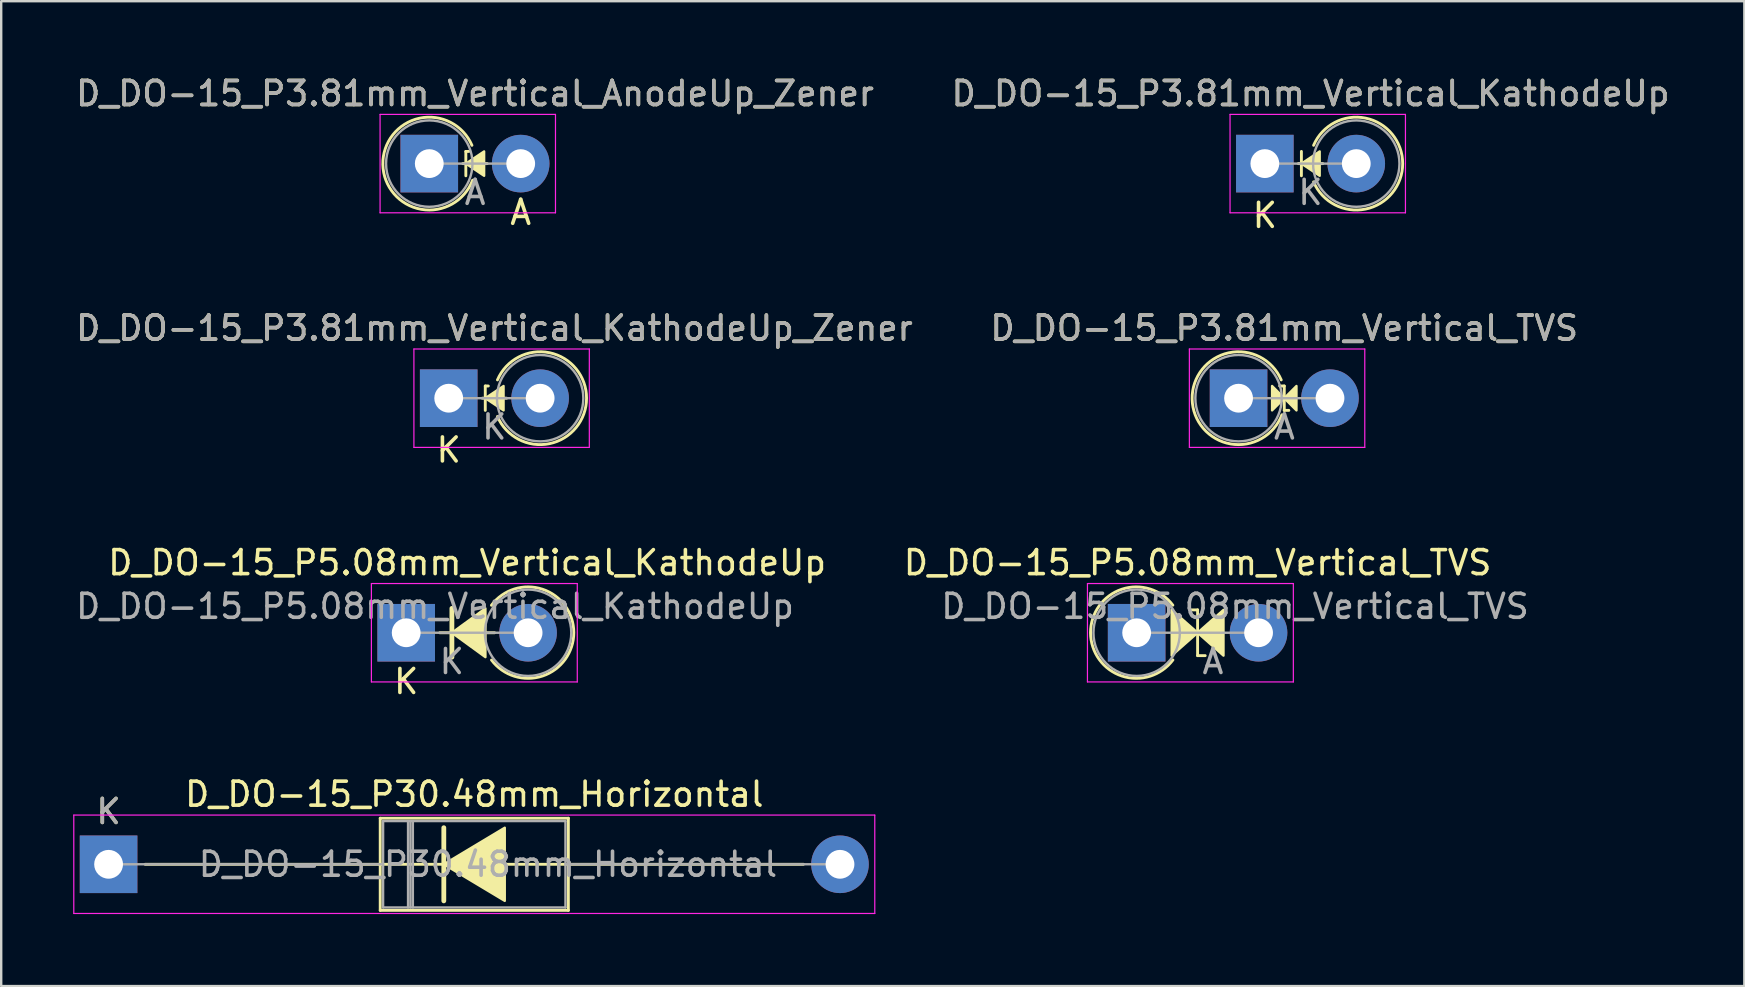
<source format=kicad_pcb>
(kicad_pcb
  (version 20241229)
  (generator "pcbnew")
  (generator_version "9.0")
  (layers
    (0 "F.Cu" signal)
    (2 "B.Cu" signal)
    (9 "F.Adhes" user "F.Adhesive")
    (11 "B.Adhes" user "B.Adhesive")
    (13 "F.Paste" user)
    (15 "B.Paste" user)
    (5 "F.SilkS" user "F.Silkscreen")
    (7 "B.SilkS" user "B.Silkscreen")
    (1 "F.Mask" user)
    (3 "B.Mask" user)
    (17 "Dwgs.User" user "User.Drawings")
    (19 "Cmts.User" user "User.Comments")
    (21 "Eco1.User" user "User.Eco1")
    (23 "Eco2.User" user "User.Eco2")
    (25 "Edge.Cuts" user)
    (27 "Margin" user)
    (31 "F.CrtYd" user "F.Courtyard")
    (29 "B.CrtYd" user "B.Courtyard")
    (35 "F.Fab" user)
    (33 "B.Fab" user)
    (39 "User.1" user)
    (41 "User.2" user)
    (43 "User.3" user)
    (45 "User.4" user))
  (footprint "D_DO-15_P3.81mm_Vertical_KathodeUp_Zener"
    (layer "F.Cu")
    (at 15.649 13.544)
    (property "Reference" "D_DO-15_P3.81mm_Vertical_KathodeUp_Zener" (at 1.905 -2.92 0) (layer "F.SilkS") (effects (font (size 1 1) (thickness 0.15))))
    (attr through_hole)
    (fp_line (start 1.397 0) (end 2.413 0) (stroke (width 0.12) (type solid)) (layer "F.SilkS"))
    (fp_line (start 1.524 -0.508) (end 1.651 -0.508) (stroke (width 0.12) (type solid)) (layer "F.SilkS"))
    (fp_line (start 1.524 0.508) (end 1.524 -0.508) (stroke (width 0.12) (type solid)) (layer "F.SilkS"))
    (fp_arc (start 2.032001 -0.762) (mid 5.744404 0.000002) (end 2.032 0.762) (stroke (width 0.12) (type solid)) (layer "F.SilkS"))
    (fp_poly (pts (xy 2.286 0.508) (xy 1.524 0) (xy 2.286 -0.508)) (stroke (width 0.1) (type solid)) (fill yes) (layer "F.SilkS"))
    (fp_line (start -1.45 -2.05) (end -1.45 2.05) (stroke (width 0.05) (type solid)) (layer "F.CrtYd"))
    (fp_line (start -1.45 2.05) (end 5.86 2.05) (stroke (width 0.05) (type solid)) (layer "F.CrtYd"))
    (fp_line (start 5.86 -2.05) (end -1.45 -2.05) (stroke (width 0.05) (type solid)) (layer "F.CrtYd"))
    (fp_line (start 5.86 2.05) (end 5.86 -2.05) (stroke (width 0.05) (type solid)) (layer "F.CrtYd"))
    (fp_line (start 0 0) (end 3.81 0) (stroke (width 0.1) (type solid)) (layer "F.Fab"))
    (fp_circle (center 3.81 0) (end 5.61 0) (stroke (width 0.1) (type solid)) (fill no) (layer "F.Fab"))
    (fp_text user "K" (at 0 2.159 0) (layer "F.SilkS") (effects (font (size 1 1) (thickness 0.15))))
    (fp_text user "K" (at 1.9 1.2 0) (layer "F.Fab") (effects (font (size 1 1) (thickness 0.15))))
    (fp_text user "${REFERENCE}" (at 1.905 -2.92 0) (layer "F.Fab") (effects (font (size 1 1) (thickness 0.15))))
    (pad "1" thru_hole rect (at 0 0) (size 2.4 2.4) (drill 1.2) (layers "*.Cu" "*.Mask"))
    (pad "2" thru_hole oval (at 3.81 0) (size 2.4 2.4) (drill 1.2) (layers "*.Cu" "*.Mask")))
  (footprint "D_DO-15_P5.08mm_Vertical_KathodeUp"
    (layer "F.Cu")
    (at 13.877 23.319)
    (property "Reference" "D_DO-15_P5.08mm_Vertical_KathodeUp" (at 2.54 -2.92 0) (layer "F.SilkS") (effects (font (size 1 1) (thickness 0.15))))
    (attr through_hole)
    (fp_line (start 1.397 0) (end 2.413 0) (stroke (width 0.12) (type solid)) (layer "F.SilkS"))
    (fp_line (start 1.905 -1.016) (end 1.905 1.016) (stroke (width 0.2) (type solid)) (layer "F.SilkS"))
    (fp_line (start 1.92 0) (end 3.683 0) (stroke (width 0.12) (type solid)) (layer "F.SilkS"))
    (fp_arc (start 3.553011 -1.144726) (mid 6.984999 -0.008217) (end 3.556 1.137278) (stroke (width 0.12) (type solid)) (layer "F.SilkS"))
    (fp_poly (pts (xy 3.302 1.016) (xy 1.905 0) (xy 3.302 -1.016)) (stroke (width 0.1) (type solid)) (fill yes) (layer "F.SilkS"))
    (fp_line (start -1.45 -2.05) (end -1.45 2.05) (stroke (width 0.05) (type solid)) (layer "F.CrtYd"))
    (fp_line (start -1.45 2.05) (end 7.13 2.05) (stroke (width 0.05) (type solid)) (layer "F.CrtYd"))
    (fp_line (start 7.13 -2.05) (end -1.45 -2.05) (stroke (width 0.05) (type solid)) (layer "F.CrtYd"))
    (fp_line (start 7.13 2.05) (end 7.13 -2.05) (stroke (width 0.05) (type solid)) (layer "F.CrtYd"))
    (fp_line (start 0 0) (end 5.08 0) (stroke (width 0.1) (type solid)) (layer "F.Fab"))
    (fp_circle (center 5.08 0) (end 6.88 0) (stroke (width 0.1) (type solid)) (fill no) (layer "F.Fab"))
    (fp_text user "K" (at 0 2.032 0) (layer "F.SilkS") (effects (font (size 1 1) (thickness 0.15))))
    (fp_text user "${REFERENCE}" (at 1.2 -1.1 0) (layer "F.Fab") (effects (font (size 1 1) (thickness 0.15))))
    (fp_text user "K" (at 1.9 1.2 0) (layer "F.Fab") (effects (font (size 1 1) (thickness 0.15))))
    (pad "1" thru_hole rect (at 0 0) (size 2.4 2.4) (drill 1.2) (layers "*.Cu" "*.Mask"))
    (pad "2" thru_hole oval (at 5.08 0) (size 2.4 2.4) (drill 1.2) (layers "*.Cu" "*.Mask")))
  (footprint "D_DO-15_P3.81mm_Vertical_KathodeUp"
    (layer "F.Cu")
    (at 49.66 3.768)
    (property "Reference" "D_DO-15_P3.81mm_Vertical_KathodeUp" (at 1.905 -2.92 0) (layer "F.SilkS") (effects (font (size 1 1) (thickness 0.15))))
    (attr through_hole)
    (fp_line (start 1.397 0) (end 2.413 0) (stroke (width 0.12) (type solid)) (layer "F.SilkS"))
    (fp_line (start 1.524 0.508) (end 1.524 -0.508) (stroke (width 0.12) (type solid)) (layer "F.SilkS"))
    (fp_arc (start 2.032001 -0.762) (mid 5.744404 0.000002) (end 2.032 0.762) (stroke (width 0.12) (type solid)) (layer "F.SilkS"))
    (fp_poly (pts (xy 2.286 0.508) (xy 1.524 0) (xy 2.286 -0.508)) (stroke (width 0.1) (type solid)) (fill yes) (layer "F.SilkS"))
    (fp_line (start -1.45 -2.05) (end -1.45 2.05) (stroke (width 0.05) (type solid)) (layer "F.CrtYd"))
    (fp_line (start -1.45 2.05) (end 5.86 2.05) (stroke (width 0.05) (type solid)) (layer "F.CrtYd"))
    (fp_line (start 5.86 -2.05) (end -1.45 -2.05) (stroke (width 0.05) (type solid)) (layer "F.CrtYd"))
    (fp_line (start 5.86 2.05) (end 5.86 -2.05) (stroke (width 0.05) (type solid)) (layer "F.CrtYd"))
    (fp_line (start 0 0) (end 3.81 0) (stroke (width 0.1) (type solid)) (layer "F.Fab"))
    (fp_circle (center 3.81 0) (end 5.61 0) (stroke (width 0.1) (type solid)) (fill no) (layer "F.Fab"))
    (fp_text user "K" (at 0 2.159 0) (layer "F.SilkS") (effects (font (size 1 1) (thickness 0.15))))
    (fp_text user "${REFERENCE}" (at 1.905 -2.92 0) (layer "F.Fab") (effects (font (size 1 1) (thickness 0.15))))
    (fp_text user "K" (at 1.9 1.2 0) (layer "F.Fab") (effects (font (size 1 1) (thickness 0.15))))
    (pad "1" thru_hole rect (at 0 0) (size 2.4 2.4) (drill 1.2) (layers "*.Cu" "*.Mask"))
    (pad "2" thru_hole oval (at 3.81 0) (size 2.4 2.4) (drill 1.2) (layers "*.Cu" "*.Mask")))
  (footprint "D_DO-15_P5.08mm_Vertical_TVS"
    (layer "F.Cu")
    (at 44.318 23.319)
    (property "Reference" "D_DO-15_P5.08mm_Vertical_TVS" (at 2.54 -2.92 0) (layer "F.SilkS") (effects (font (size 1 1) (thickness 0.15))))
    (attr through_hole)
    (fp_line (start 2.223 -0.953) (end 2.54 -0.953) (stroke (width 0.12) (type solid)) (layer "F.SilkS"))
    (fp_line (start 2.54 -0.953) (end 2.54 0.953) (stroke (width 0.12) (type solid)) (layer "F.SilkS"))
    (fp_line (start 2.54 0.953) (end 2.857 0.953) (stroke (width 0.12) (type solid)) (layer "F.SilkS"))
    (fp_arc (start 1.510971 1.133282) (mid -1.921017 -0.003227) (end 1.507982 -1.148722) (stroke (width 0.12) (type solid)) (layer "F.SilkS"))
    (fp_poly (pts (xy 1.46 -0.953) (xy 2.54 0) (xy 1.46 0.953)) (stroke (width 0.1) (type solid)) (fill yes) (layer "F.SilkS"))
    (fp_poly (pts (xy 3.619 0.953) (xy 2.54 0) (xy 3.619 -0.953)) (stroke (width 0.1) (type solid)) (fill yes) (layer "F.SilkS"))
    (fp_line (start -2.05 -2.05) (end -2.05 2.05) (stroke (width 0.05) (type solid)) (layer "F.CrtYd"))
    (fp_line (start -2.05 2.05) (end 6.53 2.05) (stroke (width 0.05) (type solid)) (layer "F.CrtYd"))
    (fp_line (start 6.53 -2.05) (end -2.05 -2.05) (stroke (width 0.05) (type solid)) (layer "F.CrtYd"))
    (fp_line (start 6.53 2.05) (end 6.53 -2.05) (stroke (width 0.05) (type solid)) (layer "F.CrtYd"))
    (fp_line (start 0 0) (end 5.08 0) (stroke (width 0.1) (type solid)) (layer "F.Fab"))
    (fp_circle (center 0 0) (end 1.8 0) (stroke (width 0.1) (type solid)) (fill no) (layer "F.Fab"))
    (fp_text user "A" (at 3.18 1.2 0) (layer "F.Fab") (effects (font (size 1 1) (thickness 0.15))))
    (fp_text user "${REFERENCE}" (at 4.1 -1.1 0) (layer "F.Fab") (effects (font (size 1 1) (thickness 0.15))))
    (pad "1" thru_hole rect (at 0 0) (size 2.4 2.4) (drill 1.2) (layers "*.Cu" "*.Mask"))
    (pad "2" thru_hole oval (at 5.08 0) (size 2.4 2.4) (drill 1.2) (layers "*.Cu" "*.Mask")))
  (footprint "D_DO-15_P30.48mm_Horizontal"
    (layer "F.Cu")
    (at 1.475 32.968)
    (property "Reference" "D_DO-15_P30.48mm_Horizontal" (at 15.24 -2.92 0) (layer "F.SilkS") (effects (font (size 1 1) (thickness 0.15))))
    (attr through_hole)
    (fp_line (start 1.524 0) (end 11.32 0) (stroke (width 0.12) (type solid)) (layer "F.SilkS"))
    (fp_line (start 11.32 -1.92) (end 11.32 1.92) (stroke (width 0.12) (type solid)) (layer "F.SilkS"))
    (fp_line (start 11.32 1.92) (end 19.16 1.92) (stroke (width 0.12) (type solid)) (layer "F.SilkS"))
    (fp_line (start 13.97 -1.524) (end 13.97 1.524) (stroke (width 0.2) (type solid)) (layer "F.SilkS"))
    (fp_line (start 13.97 0) (end 11.32 0) (stroke (width 0.12) (type solid)) (layer "F.SilkS"))
    (fp_line (start 19.16 -1.92) (end 11.32 -1.92) (stroke (width 0.12) (type solid)) (layer "F.SilkS"))
    (fp_line (start 19.16 0) (end 16.51 0) (stroke (width 0.12) (type solid)) (layer "F.SilkS"))
    (fp_line (start 19.16 1.92) (end 19.16 -1.92) (stroke (width 0.12) (type solid)) (layer "F.SilkS"))
    (fp_line (start 28.956 0) (end 19.16 0) (stroke (width 0.12) (type solid)) (layer "F.SilkS"))
    (fp_poly (pts (xy 16.51 1.524) (xy 13.97 0) (xy 16.51 -1.524)) (stroke (width 0.1) (type solid)) (fill yes) (layer "F.SilkS"))
    (fp_line (start -1.45 -2.05) (end -1.45 2.05) (stroke (width 0.05) (type solid)) (layer "F.CrtYd"))
    (fp_line (start -1.45 2.05) (end 31.93 2.05) (stroke (width 0.05) (type solid)) (layer "F.CrtYd"))
    (fp_line (start 31.93 -2.05) (end -1.45 -2.05) (stroke (width 0.05) (type solid)) (layer "F.CrtYd"))
    (fp_line (start 31.93 2.05) (end 31.93 -2.05) (stroke (width 0.05) (type solid)) (layer "F.CrtYd"))
    (fp_line (start 0 0) (end 11.44 0) (stroke (width 0.1) (type solid)) (layer "F.Fab"))
    (fp_line (start 11.44 -1.8) (end 11.44 1.8) (stroke (width 0.1) (type solid)) (layer "F.Fab"))
    (fp_line (start 11.44 1.8) (end 19.04 1.8) (stroke (width 0.1) (type solid)) (layer "F.Fab"))
    (fp_line (start 12.48 -1.8) (end 12.48 1.8) (stroke (width 0.1) (type solid)) (layer "F.Fab"))
    (fp_line (start 12.58 -1.8) (end 12.58 1.8) (stroke (width 0.1) (type solid)) (layer "F.Fab"))
    (fp_line (start 12.68 -1.8) (end 12.68 1.8) (stroke (width 0.1) (type solid)) (layer "F.Fab"))
    (fp_line (start 19.04 -1.8) (end 11.44 -1.8) (stroke (width 0.1) (type solid)) (layer "F.Fab"))
    (fp_line (start 19.04 1.8) (end 19.04 -1.8) (stroke (width 0.1) (type solid)) (layer "F.Fab"))
    (fp_line (start 30.48 0) (end 19.04 0) (stroke (width 0.1) (type solid)) (layer "F.Fab"))
    (fp_text user "K" (at 0 -2.2 0) (layer "F.SilkS") (effects (font (size 1 1) (thickness 0.15))))
    (fp_text user "K" (at 0 -2.2 0) (layer "F.Fab") (effects (font (size 1 1) (thickness 0.15))))
    (fp_text user "${REFERENCE}" (at 15.81 0 0) (layer "F.Fab") (effects (font (size 1 1) (thickness 0.15))))
    (pad "1" thru_hole rect (at 0 0) (size 2.4 2.4) (drill 1.2) (layers "*.Cu" "*.Mask"))
    (pad "2" thru_hole oval (at 30.48 0) (size 2.4 2.4) (drill 1.2) (layers "*.Cu" "*.Mask")))
  (footprint "D_DO-15_P3.81mm_Vertical_TVS"
    (layer "F.Cu")
    (at 48.565 13.544)
    (property "Reference" "D_DO-15_P3.81mm_Vertical_TVS" (at 1.905 -2.92 0) (layer "F.SilkS") (effects (font (size 1 1) (thickness 0.15))))
    (attr through_hole)
    (fp_line (start 1.714 -0.508) (end 1.905 -0.508) (stroke (width 0.12) (type solid)) (layer "F.SilkS"))
    (fp_line (start 1.905 -0.508) (end 1.905 0.508) (stroke (width 0.12) (type solid)) (layer "F.SilkS"))
    (fp_line (start 1.905 0.508) (end 2.095 0.508) (stroke (width 0.12) (type solid)) (layer "F.SilkS"))
    (fp_arc (start 1.806184 0.692547) (mid -1.934042 0.037477) (end 1.777999 -0.761999) (stroke (width 0.12) (type solid)) (layer "F.SilkS"))
    (fp_poly (pts (xy 1.397 -0.508) (xy 1.905 0) (xy 1.397 0.508)) (stroke (width 0.1) (type solid)) (fill yes) (layer "F.SilkS"))
    (fp_poly (pts (xy 2.413 0.508) (xy 1.905 0) (xy 2.413 -0.508)) (stroke (width 0.1) (type solid)) (fill yes) (layer "F.SilkS"))
    (fp_line (start -2.05 -2.05) (end -2.05 2.05) (stroke (width 0.05) (type solid)) (layer "F.CrtYd"))
    (fp_line (start -2.05 2.05) (end 5.26 2.05) (stroke (width 0.05) (type solid)) (layer "F.CrtYd"))
    (fp_line (start 5.26 -2.05) (end -2.05 -2.05) (stroke (width 0.05) (type solid)) (layer "F.CrtYd"))
    (fp_line (start 5.26 2.05) (end 5.26 -2.05) (stroke (width 0.05) (type solid)) (layer "F.CrtYd"))
    (fp_line (start 0 0) (end 3.81 0) (stroke (width 0.1) (type solid)) (layer "F.Fab"))
    (fp_circle (center 0 0) (end 1.8 0) (stroke (width 0.1) (type solid)) (fill no) (layer "F.Fab"))
    (fp_text user "${REFERENCE}" (at 1.905 -2.92 0) (layer "F.Fab") (effects (font (size 1 1) (thickness 0.15))))
    (fp_text user "A" (at 1.91 1.2 0) (layer "F.Fab") (effects (font (size 1 1) (thickness 0.15))))
    (pad "1" thru_hole rect (at 0 0) (size 2.4 2.4) (drill 1.2) (layers "*.Cu" "*.Mask"))
    (pad "2" thru_hole oval (at 3.81 0) (size 2.4 2.4) (drill 1.2) (layers "*.Cu" "*.Mask")))
  (footprint "D_DO-15_P3.81mm_Vertical_AnodeUp_Zener"
    (layer "F.Cu")
    (at 14.839 3.768)
    (property "Reference" "D_DO-15_P3.81mm_Vertical_AnodeUp_Zener" (at 1.905 -2.92 0) (layer "F.SilkS") (effects (font (size 1 1) (thickness 0.15))))
    (attr through_hole)
    (fp_line (start 1.397 0) (end 2.413 0) (stroke (width 0.12) (type solid)) (layer "F.SilkS"))
    (fp_line (start 1.524 -0.508) (end 1.651 -0.508) (stroke (width 0.12) (type solid)) (layer "F.SilkS"))
    (fp_line (start 1.524 0.508) (end 1.524 -0.508) (stroke (width 0.12) (type solid)) (layer "F.SilkS"))
    (fp_arc (start 1.806184 0.692547) (mid -1.934042 0.037477) (end 1.777999 -0.761999) (stroke (width 0.12) (type solid)) (layer "F.SilkS"))
    (fp_poly (pts (xy 2.286 0.508) (xy 1.524 0) (xy 2.286 -0.508)) (stroke (width 0.1) (type solid)) (fill yes) (layer "F.SilkS"))
    (fp_line (start -2.05 -2.05) (end -2.05 2.05) (stroke (width 0.05) (type solid)) (layer "F.CrtYd"))
    (fp_line (start -2.05 2.05) (end 5.26 2.05) (stroke (width 0.05) (type solid)) (layer "F.CrtYd"))
    (fp_line (start 5.26 -2.05) (end -2.05 -2.05) (stroke (width 0.05) (type solid)) (layer "F.CrtYd"))
    (fp_line (start 5.26 2.05) (end 5.26 -2.05) (stroke (width 0.05) (type solid)) (layer "F.CrtYd"))
    (fp_line (start 0 0) (end 3.81 0) (stroke (width 0.1) (type solid)) (layer "F.Fab"))
    (fp_circle (center 0 0) (end 1.8 0) (stroke (width 0.1) (type solid)) (fill no) (layer "F.Fab"))
    (fp_text user "A" (at 3.81 2.032 0) (layer "F.SilkS") (effects (font (size 1 1) (thickness 0.15))))
    (fp_text user "A" (at 1.91 1.2 0) (layer "F.Fab") (effects (font (size 1 1) (thickness 0.15))))
    (fp_text user "${REFERENCE}" (at 1.905 -2.92 0) (layer "F.Fab") (effects (font (size 1 1) (thickness 0.15))))
    (pad "1" thru_hole rect (at 0 0) (size 2.4 2.4) (drill 1.2) (layers "*.Cu" "*.Mask"))
    (pad "2" thru_hole oval (at 3.81 0) (size 2.4 2.4) (drill 1.2) (layers "*.Cu" "*.Mask")))
  (gr_rect
    (start -3 -3)
    (end 69.643 38.043)
    (stroke (width 0.1) (type default))
    (fill no)
    (layer "Edge.Cuts")))
</source>
